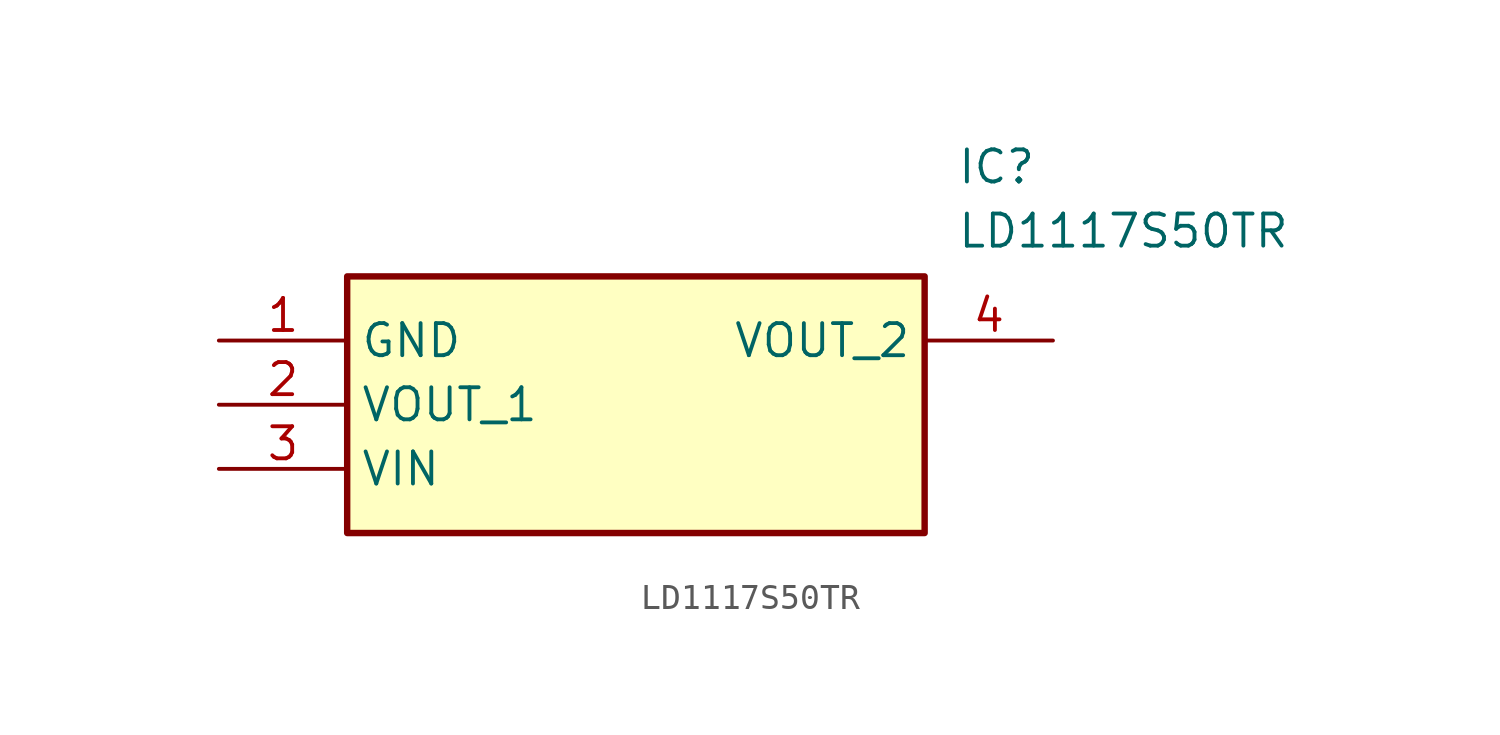
<source format=kicad_sym>
(kicad_symbol_lib
  (version 20211014)
  (generator SamacSys_ECAD_Model)
  (symbol "LD1117S50TR"
    (property "Reference" "IC"
      (at 29.21 7.62 0)
      (effects (font (size 1.27 1.27)) (justify left top)))
    (property "Value" "LD1117S50TR"
      (at 29.21 5.08 0)
      (effects (font (size 1.27 1.27)) (justify left top)))
    (rectangle
      (start 5.08 2.54)
      (end 27.94 -7.62)
      (stroke (width 0.254) (type default))
      (fill (type background)))
    (pin passive line
      (at 0 0 0)
      (length 5.08)
      (name "GND" (effects (font (size 1.27 1.27))))
      (number "1" (effects (font (size 1.27 1.27)))))
    (pin passive line
      (at 0 -2.54 0)
      (length 5.08)
      (name "VOUT_1" (effects (font (size 1.27 1.27))))
      (number "2" (effects (font (size 1.27 1.27)))))
    (pin passive line
      (at 0 -5.08 0)
      (length 5.08)
      (name "VIN" (effects (font (size 1.27 1.27))))
      (number "3" (effects (font (size 1.27 1.27)))))
    (pin passive line
      (at 33.02 0 180)
      (length 5.08)
      (name "VOUT_2" (effects (font (size 1.27 1.27))))
      (number "4" (effects (font (size 1.27 1.27)))))))
</source>
